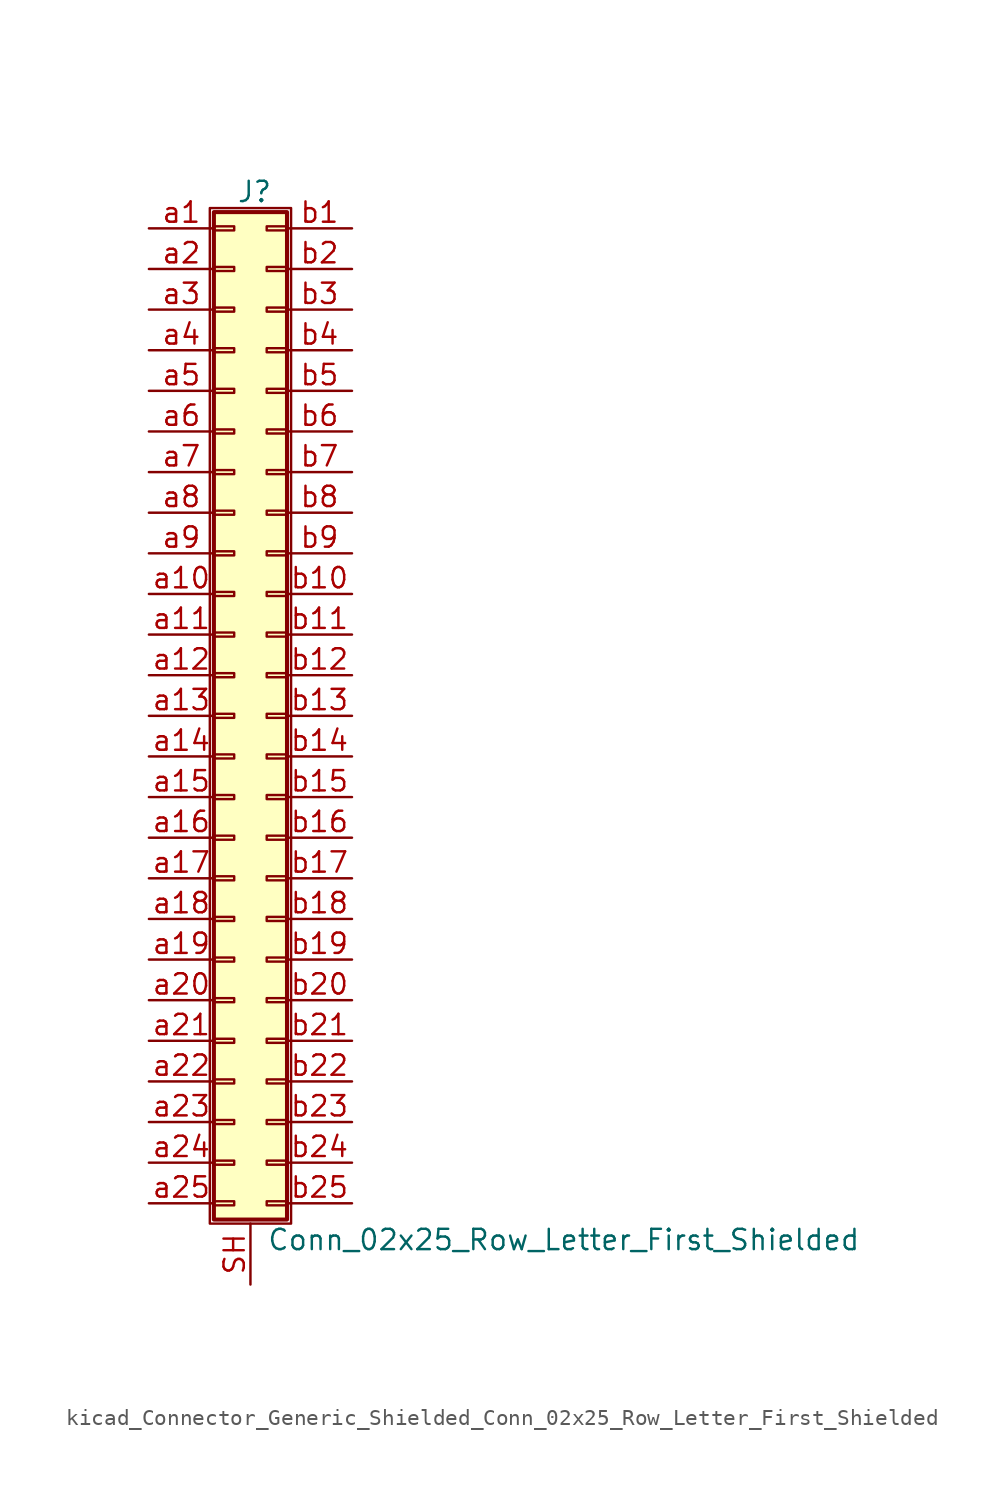
<source format=kicad_sym>
(kicad_symbol_lib
  (version 20220914)
  (generator kicad_symbol_editor)
  (symbol "kicad_Connector_Generic_Shielded_Conn_02x25_Row_Letter_First_Shielded"
    (pin_names
      (offset 1.016) hide)
    (property "Reference" "J"
      (at 1.524 32.766 0)
      (effects (font (size 1.27 1.27))))
    (property "Value" "Conn_02x25_Row_Letter_First_Shielded"
      (at 2.286 -32.766 0)
      (effects (font (size 1.27 1.27)) (justify left)))
    (symbol "kicad_Connector_Generic_Shielded_Conn_02x25_Row_Letter_First_Shielded_1_1"
      (rectangle (start -1.27 31.75) (end 3.81 -31.75) (stroke (width 0.152) (type default)) (fill (type none)))
      (rectangle (start -1.016 -30.353) (end 0.254 -30.607) (stroke (width 0.152) (type default)) (fill (type none)))
      (rectangle (start -1.016 -27.813) (end 0.254 -28.067) (stroke (width 0.152) (type default)) (fill (type none)))
      (rectangle (start -1.016 -25.273) (end 0.254 -25.527) (stroke (width 0.152) (type default)) (fill (type none)))
      (rectangle (start -1.016 -22.733) (end 0.254 -22.987) (stroke (width 0.152) (type default)) (fill (type none)))
      (rectangle (start -1.016 -20.193) (end 0.254 -20.447) (stroke (width 0.152) (type default)) (fill (type none)))
      (rectangle (start -1.016 -17.653) (end 0.254 -17.907) (stroke (width 0.152) (type default)) (fill (type none)))
      (rectangle (start -1.016 -15.113) (end 0.254 -15.367) (stroke (width 0.152) (type default)) (fill (type none)))
      (rectangle (start -1.016 -12.573) (end 0.254 -12.827) (stroke (width 0.152) (type default)) (fill (type none)))
      (rectangle (start -1.016 -10.033) (end 0.254 -10.287) (stroke (width 0.152) (type default)) (fill (type none)))
      (rectangle (start -1.016 -7.493) (end 0.254 -7.747) (stroke (width 0.152) (type default)) (fill (type none)))
      (rectangle (start -1.016 -4.953) (end 0.254 -5.207) (stroke (width 0.152) (type default)) (fill (type none)))
      (rectangle (start -1.016 -2.413) (end 0.254 -2.667) (stroke (width 0.152) (type default)) (fill (type none)))
      (rectangle (start -1.016 0.127) (end 0.254 -0.127) (stroke (width 0.152) (type default)) (fill (type none)))
      (rectangle (start -1.016 2.667) (end 0.254 2.413) (stroke (width 0.152) (type default)) (fill (type none)))
      (rectangle (start -1.016 5.207) (end 0.254 4.953) (stroke (width 0.152) (type default)) (fill (type none)))
      (rectangle (start -1.016 7.747) (end 0.254 7.493) (stroke (width 0.152) (type default)) (fill (type none)))
      (rectangle (start -1.016 10.287) (end 0.254 10.033) (stroke (width 0.152) (type default)) (fill (type none)))
      (rectangle (start -1.016 12.827) (end 0.254 12.573) (stroke (width 0.152) (type default)) (fill (type none)))
      (rectangle (start -1.016 15.367) (end 0.254 15.113) (stroke (width 0.152) (type default)) (fill (type none)))
      (rectangle (start -1.016 17.907) (end 0.254 17.653) (stroke (width 0.152) (type default)) (fill (type none)))
      (rectangle (start -1.016 20.447) (end 0.254 20.193) (stroke (width 0.152) (type default)) (fill (type none)))
      (rectangle (start -1.016 22.987) (end 0.254 22.733) (stroke (width 0.152) (type default)) (fill (type none)))
      (rectangle (start -1.016 25.527) (end 0.254 25.273) (stroke (width 0.152) (type default)) (fill (type none)))
      (rectangle (start -1.016 28.067) (end 0.254 27.813) (stroke (width 0.152) (type default)) (fill (type none)))
      (rectangle (start -1.016 30.607) (end 0.254 30.353) (stroke (width 0.152) (type default)) (fill (type none)))
      (rectangle (start -1.016 31.496) (end 3.556 -31.496) (stroke (width 0.254) (type default)) (fill (type background)))
      (rectangle (start 3.556 -30.353) (end 2.286 -30.607) (stroke (width 0.152) (type default)) (fill (type none)))
      (rectangle (start 3.556 -27.813) (end 2.286 -28.067) (stroke (width 0.152) (type default)) (fill (type none)))
      (rectangle (start 3.556 -25.273) (end 2.286 -25.527) (stroke (width 0.152) (type default)) (fill (type none)))
      (rectangle (start 3.556 -22.733) (end 2.286 -22.987) (stroke (width 0.152) (type default)) (fill (type none)))
      (rectangle (start 3.556 -20.193) (end 2.286 -20.447) (stroke (width 0.152) (type default)) (fill (type none)))
      (rectangle (start 3.556 -17.653) (end 2.286 -17.907) (stroke (width 0.152) (type default)) (fill (type none)))
      (rectangle (start 3.556 -15.113) (end 2.286 -15.367) (stroke (width 0.152) (type default)) (fill (type none)))
      (rectangle (start 3.556 -12.573) (end 2.286 -12.827) (stroke (width 0.152) (type default)) (fill (type none)))
      (rectangle (start 3.556 -10.033) (end 2.286 -10.287) (stroke (width 0.152) (type default)) (fill (type none)))
      (rectangle (start 3.556 -7.493) (end 2.286 -7.747) (stroke (width 0.152) (type default)) (fill (type none)))
      (rectangle (start 3.556 -4.953) (end 2.286 -5.207) (stroke (width 0.152) (type default)) (fill (type none)))
      (rectangle (start 3.556 -2.413) (end 2.286 -2.667) (stroke (width 0.152) (type default)) (fill (type none)))
      (rectangle (start 3.556 0.127) (end 2.286 -0.127) (stroke (width 0.152) (type default)) (fill (type none)))
      (rectangle (start 3.556 2.667) (end 2.286 2.413) (stroke (width 0.152) (type default)) (fill (type none)))
      (rectangle (start 3.556 5.207) (end 2.286 4.953) (stroke (width 0.152) (type default)) (fill (type none)))
      (rectangle (start 3.556 7.747) (end 2.286 7.493) (stroke (width 0.152) (type default)) (fill (type none)))
      (rectangle (start 3.556 10.287) (end 2.286 10.033) (stroke (width 0.152) (type default)) (fill (type none)))
      (rectangle (start 3.556 12.827) (end 2.286 12.573) (stroke (width 0.152) (type default)) (fill (type none)))
      (rectangle (start 3.556 15.367) (end 2.286 15.113) (stroke (width 0.152) (type default)) (fill (type none)))
      (rectangle (start 3.556 17.907) (end 2.286 17.653) (stroke (width 0.152) (type default)) (fill (type none)))
      (rectangle (start 3.556 20.447) (end 2.286 20.193) (stroke (width 0.152) (type default)) (fill (type none)))
      (rectangle (start 3.556 22.987) (end 2.286 22.733) (stroke (width 0.152) (type default)) (fill (type none)))
      (rectangle (start 3.556 25.527) (end 2.286 25.273) (stroke (width 0.152) (type default)) (fill (type none)))
      (rectangle (start 3.556 28.067) (end 2.286 27.813) (stroke (width 0.152) (type default)) (fill (type none)))
      (rectangle (start 3.556 30.607) (end 2.286 30.353) (stroke (width 0.152) (type default)) (fill (type none)))
      (pin passive line (at 1.27 -35.56 90) (length 3.81) (name "Shield" (effects (font (size 1.27 1.27)))) (number "SH" (effects (font (size 1.27 1.27)))))
      (pin passive line (at -5.08 30.48 0) (length 4.064) (name "Pin_a1" (effects (font (size 1.27 1.27)))) (number "a1" (effects (font (size 1.27 1.27)))))
      (pin passive line (at -5.08 7.62 0) (length 4.064) (name "Pin_a10" (effects (font (size 1.27 1.27)))) (number "a10" (effects (font (size 1.27 1.27)))))
      (pin passive line (at -5.08 5.08 0) (length 4.064) (name "Pin_a11" (effects (font (size 1.27 1.27)))) (number "a11" (effects (font (size 1.27 1.27)))))
      (pin passive line (at -5.08 2.54 0) (length 4.064) (name "Pin_a12" (effects (font (size 1.27 1.27)))) (number "a12" (effects (font (size 1.27 1.27)))))
      (pin passive line (at -5.08 0 0) (length 4.064) (name "Pin_a13" (effects (font (size 1.27 1.27)))) (number "a13" (effects (font (size 1.27 1.27)))))
      (pin passive line (at -5.08 -2.54 0) (length 4.064) (name "Pin_a14" (effects (font (size 1.27 1.27)))) (number "a14" (effects (font (size 1.27 1.27)))))
      (pin passive line (at -5.08 -5.08 0) (length 4.064) (name "Pin_a15" (effects (font (size 1.27 1.27)))) (number "a15" (effects (font (size 1.27 1.27)))))
      (pin passive line (at -5.08 -7.62 0) (length 4.064) (name "Pin_a16" (effects (font (size 1.27 1.27)))) (number "a16" (effects (font (size 1.27 1.27)))))
      (pin passive line (at -5.08 -10.16 0) (length 4.064) (name "Pin_a17" (effects (font (size 1.27 1.27)))) (number "a17" (effects (font (size 1.27 1.27)))))
      (pin passive line (at -5.08 -12.7 0) (length 4.064) (name "Pin_a18" (effects (font (size 1.27 1.27)))) (number "a18" (effects (font (size 1.27 1.27)))))
      (pin passive line (at -5.08 -15.24 0) (length 4.064) (name "Pin_a19" (effects (font (size 1.27 1.27)))) (number "a19" (effects (font (size 1.27 1.27)))))
      (pin passive line (at -5.08 27.94 0) (length 4.064) (name "Pin_a2" (effects (font (size 1.27 1.27)))) (number "a2" (effects (font (size 1.27 1.27)))))
      (pin passive line (at -5.08 -17.78 0) (length 4.064) (name "Pin_a20" (effects (font (size 1.27 1.27)))) (number "a20" (effects (font (size 1.27 1.27)))))
      (pin passive line (at -5.08 -20.32 0) (length 4.064) (name "Pin_a21" (effects (font (size 1.27 1.27)))) (number "a21" (effects (font (size 1.27 1.27)))))
      (pin passive line (at -5.08 -22.86 0) (length 4.064) (name "Pin_a22" (effects (font (size 1.27 1.27)))) (number "a22" (effects (font (size 1.27 1.27)))))
      (pin passive line (at -5.08 -25.4 0) (length 4.064) (name "Pin_a23" (effects (font (size 1.27 1.27)))) (number "a23" (effects (font (size 1.27 1.27)))))
      (pin passive line (at -5.08 -27.94 0) (length 4.064) (name "Pin_a24" (effects (font (size 1.27 1.27)))) (number "a24" (effects (font (size 1.27 1.27)))))
      (pin passive line (at -5.08 -30.48 0) (length 4.064) (name "Pin_a25" (effects (font (size 1.27 1.27)))) (number "a25" (effects (font (size 1.27 1.27)))))
      (pin passive line (at -5.08 25.4 0) (length 4.064) (name "Pin_a3" (effects (font (size 1.27 1.27)))) (number "a3" (effects (font (size 1.27 1.27)))))
      (pin passive line (at -5.08 22.86 0) (length 4.064) (name "Pin_a4" (effects (font (size 1.27 1.27)))) (number "a4" (effects (font (size 1.27 1.27)))))
      (pin passive line (at -5.08 20.32 0) (length 4.064) (name "Pin_a5" (effects (font (size 1.27 1.27)))) (number "a5" (effects (font (size 1.27 1.27)))))
      (pin passive line (at -5.08 17.78 0) (length 4.064) (name "Pin_a6" (effects (font (size 1.27 1.27)))) (number "a6" (effects (font (size 1.27 1.27)))))
      (pin passive line (at -5.08 15.24 0) (length 4.064) (name "Pin_a7" (effects (font (size 1.27 1.27)))) (number "a7" (effects (font (size 1.27 1.27)))))
      (pin passive line (at -5.08 12.7 0) (length 4.064) (name "Pin_a8" (effects (font (size 1.27 1.27)))) (number "a8" (effects (font (size 1.27 1.27)))))
      (pin passive line (at -5.08 10.16 0) (length 4.064) (name "Pin_a9" (effects (font (size 1.27 1.27)))) (number "a9" (effects (font (size 1.27 1.27)))))
      (pin passive line (at 7.62 30.48 180) (length 4.064) (name "Pin_b1" (effects (font (size 1.27 1.27)))) (number "b1" (effects (font (size 1.27 1.27)))))
      (pin passive line (at 7.62 7.62 180) (length 4.064) (name "Pin_b10" (effects (font (size 1.27 1.27)))) (number "b10" (effects (font (size 1.27 1.27)))))
      (pin passive line (at 7.62 5.08 180) (length 4.064) (name "Pin_b11" (effects (font (size 1.27 1.27)))) (number "b11" (effects (font (size 1.27 1.27)))))
      (pin passive line (at 7.62 2.54 180) (length 4.064) (name "Pin_b12" (effects (font (size 1.27 1.27)))) (number "b12" (effects (font (size 1.27 1.27)))))
      (pin passive line (at 7.62 0 180) (length 4.064) (name "Pin_b13" (effects (font (size 1.27 1.27)))) (number "b13" (effects (font (size 1.27 1.27)))))
      (pin passive line (at 7.62 -2.54 180) (length 4.064) (name "Pin_b14" (effects (font (size 1.27 1.27)))) (number "b14" (effects (font (size 1.27 1.27)))))
      (pin passive line (at 7.62 -5.08 180) (length 4.064) (name "Pin_b15" (effects (font (size 1.27 1.27)))) (number "b15" (effects (font (size 1.27 1.27)))))
      (pin passive line (at 7.62 -7.62 180) (length 4.064) (name "Pin_b16" (effects (font (size 1.27 1.27)))) (number "b16" (effects (font (size 1.27 1.27)))))
      (pin passive line (at 7.62 -10.16 180) (length 4.064) (name "Pin_b17" (effects (font (size 1.27 1.27)))) (number "b17" (effects (font (size 1.27 1.27)))))
      (pin passive line (at 7.62 -12.7 180) (length 4.064) (name "Pin_b18" (effects (font (size 1.27 1.27)))) (number "b18" (effects (font (size 1.27 1.27)))))
      (pin passive line (at 7.62 -15.24 180) (length 4.064) (name "Pin_b19" (effects (font (size 1.27 1.27)))) (number "b19" (effects (font (size 1.27 1.27)))))
      (pin passive line (at 7.62 27.94 180) (length 4.064) (name "Pin_b2" (effects (font (size 1.27 1.27)))) (number "b2" (effects (font (size 1.27 1.27)))))
      (pin passive line (at 7.62 -17.78 180) (length 4.064) (name "Pin_b20" (effects (font (size 1.27 1.27)))) (number "b20" (effects (font (size 1.27 1.27)))))
      (pin passive line (at 7.62 -20.32 180) (length 4.064) (name "Pin_b21" (effects (font (size 1.27 1.27)))) (number "b21" (effects (font (size 1.27 1.27)))))
      (pin passive line (at 7.62 -22.86 180) (length 4.064) (name "Pin_b22" (effects (font (size 1.27 1.27)))) (number "b22" (effects (font (size 1.27 1.27)))))
      (pin passive line (at 7.62 -25.4 180) (length 4.064) (name "Pin_b23" (effects (font (size 1.27 1.27)))) (number "b23" (effects (font (size 1.27 1.27)))))
      (pin passive line (at 7.62 -27.94 180) (length 4.064) (name "Pin_b24" (effects (font (size 1.27 1.27)))) (number "b24" (effects (font (size 1.27 1.27)))))
      (pin passive line (at 7.62 -30.48 180) (length 4.064) (name "Pin_b25" (effects (font (size 1.27 1.27)))) (number "b25" (effects (font (size 1.27 1.27)))))
      (pin passive line (at 7.62 25.4 180) (length 4.064) (name "Pin_b3" (effects (font (size 1.27 1.27)))) (number "b3" (effects (font (size 1.27 1.27)))))
      (pin passive line (at 7.62 22.86 180) (length 4.064) (name "Pin_b4" (effects (font (size 1.27 1.27)))) (number "b4" (effects (font (size 1.27 1.27)))))
      (pin passive line (at 7.62 20.32 180) (length 4.064) (name "Pin_b5" (effects (font (size 1.27 1.27)))) (number "b5" (effects (font (size 1.27 1.27)))))
      (pin passive line (at 7.62 17.78 180) (length 4.064) (name "Pin_b6" (effects (font (size 1.27 1.27)))) (number "b6" (effects (font (size 1.27 1.27)))))
      (pin passive line (at 7.62 15.24 180) (length 4.064) (name "Pin_b7" (effects (font (size 1.27 1.27)))) (number "b7" (effects (font (size 1.27 1.27)))))
      (pin passive line (at 7.62 12.7 180) (length 4.064) (name "Pin_b8" (effects (font (size 1.27 1.27)))) (number "b8" (effects (font (size 1.27 1.27)))))
      (pin passive line (at 7.62 10.16 180) (length 4.064) (name "Pin_b9" (effects (font (size 1.27 1.27)))) (number "b9" (effects (font (size 1.27 1.27))))))))
</source>
